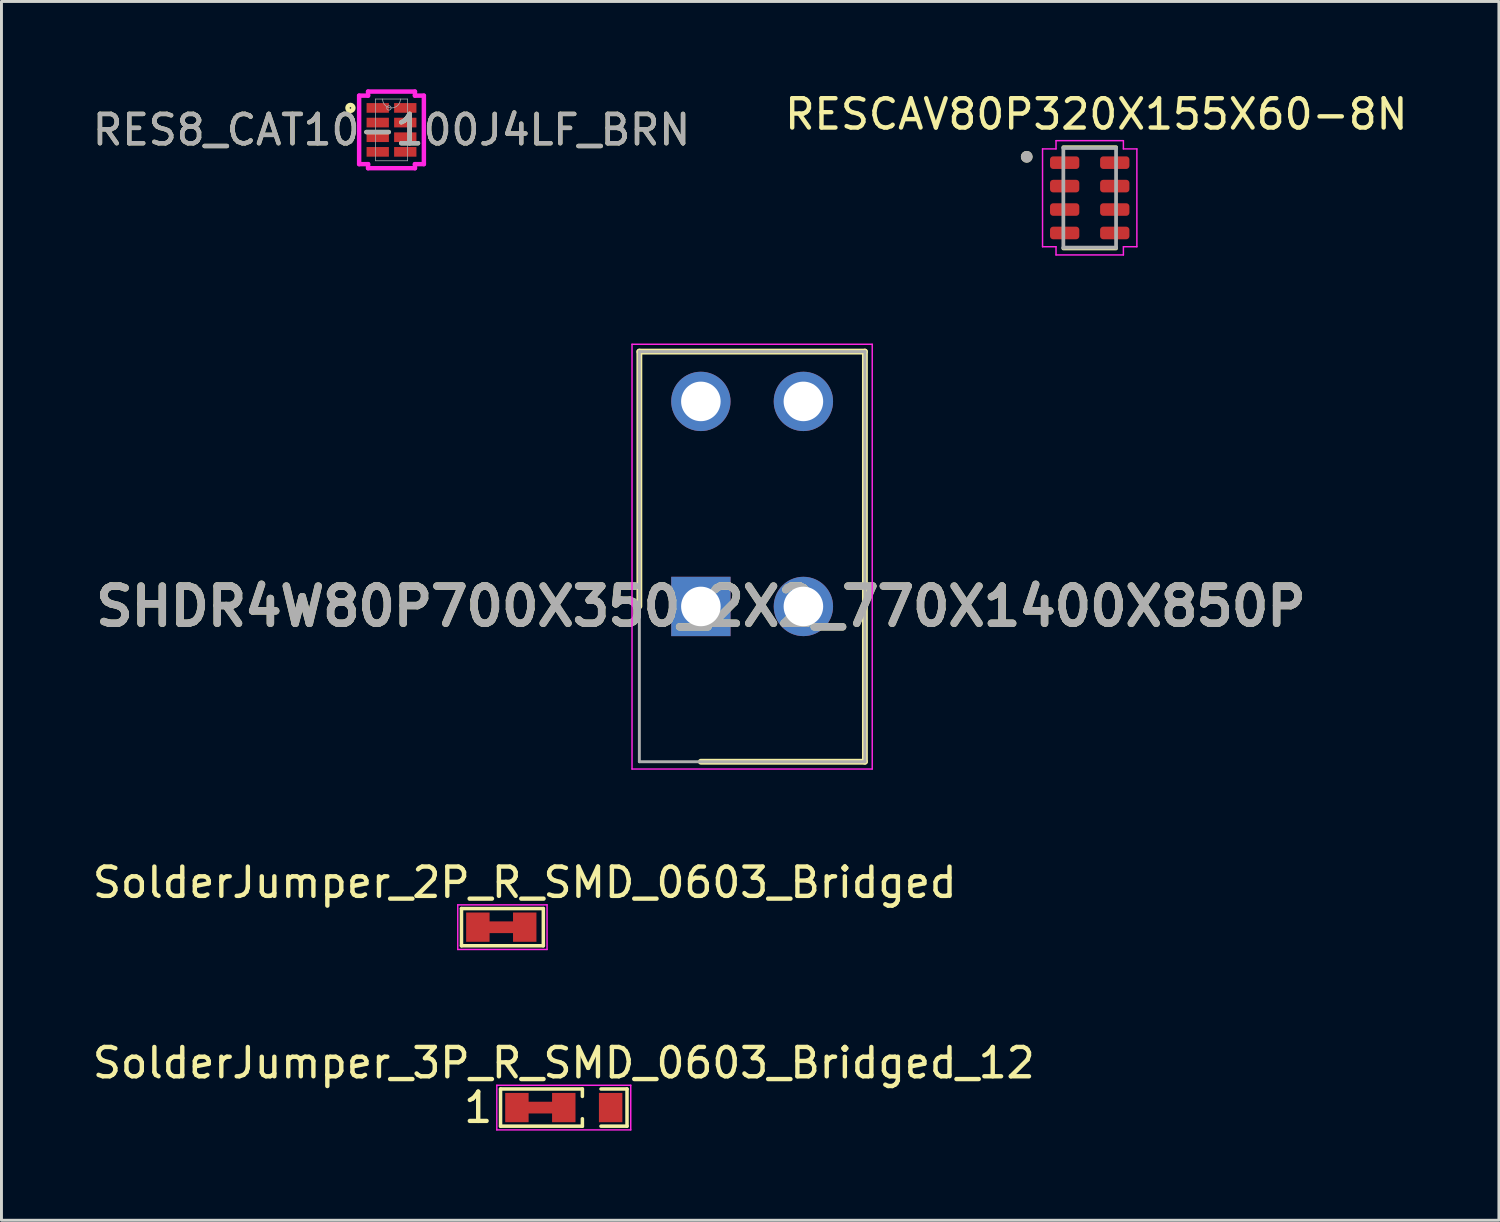
<source format=kicad_pcb>
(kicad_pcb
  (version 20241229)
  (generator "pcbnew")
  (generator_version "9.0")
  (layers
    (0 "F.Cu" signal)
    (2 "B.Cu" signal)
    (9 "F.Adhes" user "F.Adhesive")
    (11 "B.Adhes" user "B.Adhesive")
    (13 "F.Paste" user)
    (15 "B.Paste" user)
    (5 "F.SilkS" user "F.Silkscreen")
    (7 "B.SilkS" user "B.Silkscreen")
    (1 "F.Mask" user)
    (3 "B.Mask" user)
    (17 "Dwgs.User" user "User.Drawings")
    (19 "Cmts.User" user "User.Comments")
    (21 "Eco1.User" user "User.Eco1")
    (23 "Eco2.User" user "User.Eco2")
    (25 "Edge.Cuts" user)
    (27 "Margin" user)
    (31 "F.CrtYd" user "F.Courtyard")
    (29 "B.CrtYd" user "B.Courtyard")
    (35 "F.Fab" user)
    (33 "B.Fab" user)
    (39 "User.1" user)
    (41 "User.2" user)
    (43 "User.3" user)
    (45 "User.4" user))
  (footprint "SolderJumper_2P_R_SMD_0603_Bridged"
    (layer "F.Cu")
    (at 14.863 28.601)
    (property "Reference" "SolderJumper_2P_R_SMD_0603_Bridged" (at 0 -1.524 0) (layer "F.SilkS") (effects (font (size 1 1) (thickness 0.15))))
    (attr exclude_from_pos_files exclude_from_bom allow_soldermask_bridges)
    (fp_poly (pts (xy -1.262 -0.197) (xy -0.356 -0.197) (xy -0.356 0.203) (xy -1.262 0.203)) (stroke (width 0) (type solid)) (fill yes) (layer "F.Cu"))
    (fp_line (start -2.159 -0.635) (end 0.635 -0.635) (stroke (width 0.12) (type solid)) (layer "F.SilkS"))
    (fp_line (start -2.159 0.635) (end -2.159 -0.635) (stroke (width 0.12) (type solid)) (layer "F.SilkS"))
    (fp_line (start 0.635 -0.635) (end 0.635 0.635) (stroke (width 0.12) (type solid)) (layer "F.SilkS"))
    (fp_line (start 0.635 0.635) (end -2.159 0.635) (stroke (width 0.12) (type solid)) (layer "F.SilkS"))
    (fp_line (start -2.286 -0.762) (end -2.286 0.762) (stroke (width 0.05) (type solid)) (layer "F.CrtYd"))
    (fp_line (start -2.286 -0.762) (end 0.762 -0.762) (stroke (width 0.05) (type solid)) (layer "F.CrtYd"))
    (fp_line (start 0.762 0.762) (end -2.286 0.762) (stroke (width 0.05) (type solid)) (layer "F.CrtYd"))
    (fp_line (start 0.762 0.762) (end 0.762 -0.762) (stroke (width 0.05) (type solid)) (layer "F.CrtYd"))
    (pad "1" smd rect (at -1.6 0) (size 0.8 1) (layers "F.Cu" "F.Mask"))
    (pad "2" smd rect (at 0 0) (size 0.8 1) (layers "F.Cu" "F.Mask")))
  (footprint "SolderJumper_3P_R_SMD_0603_Bridged_12"
    (layer "F.Cu")
    (at 16.196 34.76)
    (property "Reference" "SolderJumper_3P_R_SMD_0603_Bridged_12" (at 0 -1.524 0) (layer "F.SilkS") (effects (font (size 1 1) (thickness 0.15))))
    (attr exclude_from_pos_files exclude_from_bom)
    (fp_line (start -1.524 0) (end -0.254 0) (stroke (width 0.4) (type default)) (layer "F.Cu"))
    (fp_line (start -2.159 -0.635) (end 0.635 -0.635) (stroke (width 0.12) (type solid)) (layer "F.SilkS"))
    (fp_line (start -2.159 0.635) (end -2.159 -0.635) (stroke (width 0.12) (type solid)) (layer "F.SilkS"))
    (fp_line (start 0.635 -0.635) (end 0.635 -0.381) (stroke (width 0.12) (type solid)) (layer "F.SilkS"))
    (fp_line (start 0.635 0.381) (end 0.635 0.635) (stroke (width 0.12) (type solid)) (layer "F.SilkS"))
    (fp_line (start 0.635 0.635) (end -2.159 0.635) (stroke (width 0.12) (type solid)) (layer "F.SilkS"))
    (fp_line (start 1.27 -0.635) (end 2.159 -0.635) (stroke (width 0.12) (type solid)) (layer "F.SilkS"))
    (fp_line (start 1.27 0.635) (end 2.159 0.635) (stroke (width 0.12) (type solid)) (layer "F.SilkS"))
    (fp_line (start 2.159 -0.635) (end 2.159 0.635) (stroke (width 0.12) (type solid)) (layer "F.SilkS"))
    (fp_line (start -2.286 -0.762) (end -2.286 0.762) (stroke (width 0.05) (type solid)) (layer "F.CrtYd"))
    (fp_line (start -2.286 -0.762) (end 2.286 -0.762) (stroke (width 0.05) (type solid)) (layer "F.CrtYd"))
    (fp_line (start 2.286 0.762) (end -2.286 0.762) (stroke (width 0.05) (type solid)) (layer "F.CrtYd"))
    (fp_line (start 2.286 0.762) (end 2.286 -0.762) (stroke (width 0.05) (type solid)) (layer "F.CrtYd"))
    (fp_text user "1" (at -2.921 0 0) (layer "F.SilkS") (effects (font (size 1 1) (thickness 0.15))))
    (pad "1" smd rect (at -1.6 0) (size 0.8 1) (layers "F.Cu" "F.Mask"))
    (pad "2" smd rect (at 0 0) (size 0.8 1) (layers "F.Cu" "F.Mask"))
    (pad "3" smd rect (at 1.6 0) (size 0.8 1) (layers "F.Cu" "F.Mask")))
  (footprint "RES8_CAT10-100J4LF_BRN"
    (layer "F.Cu")
    (at 10.315 1.384)
    (property "Reference" "RES8_CAT10-100J4LF_BRN" (at 0 0 0) (unlocked yes) (layer "F.SilkS") (effects (font (size 1 1) (thickness 0.15))))
    (attr smd)
    (fp_circle (center -1.402 -0.75) (end -1.3 -0.75) (stroke (width 0.152) (type solid)) (fill no) (layer "F.SilkS"))
    (fp_line (start -1.105 -1.169) (end -0.8 -1.169) (stroke (width 0.152) (type solid)) (layer "F.CrtYd"))
    (fp_line (start -1.105 1.169) (end -1.105 -1.169) (stroke (width 0.152) (type solid)) (layer "F.CrtYd"))
    (fp_line (start -1.105 1.169) (end -0.8 1.169) (stroke (width 0.152) (type solid)) (layer "F.CrtYd"))
    (fp_line (start -0.8 -1.308) (end 0.8 -1.308) (stroke (width 0.152) (type solid)) (layer "F.CrtYd"))
    (fp_line (start -0.8 -1.169) (end -0.8 -1.308) (stroke (width 0.152) (type solid)) (layer "F.CrtYd"))
    (fp_line (start -0.8 1.308) (end -0.8 1.169) (stroke (width 0.152) (type solid)) (layer "F.CrtYd"))
    (fp_line (start 0.8 -1.308) (end 0.8 -1.169) (stroke (width 0.152) (type solid)) (layer "F.CrtYd"))
    (fp_line (start 0.8 1.169) (end 0.8 1.308) (stroke (width 0.152) (type solid)) (layer "F.CrtYd"))
    (fp_line (start 0.8 1.308) (end -0.8 1.308) (stroke (width 0.152) (type solid)) (layer "F.CrtYd"))
    (fp_line (start 1.105 -1.169) (end 0.8 -1.169) (stroke (width 0.152) (type solid)) (layer "F.CrtYd"))
    (fp_line (start 1.105 -1.169) (end 1.105 1.169) (stroke (width 0.152) (type solid)) (layer "F.CrtYd"))
    (fp_line (start 1.105 1.169) (end 0.8 1.169) (stroke (width 0.152) (type solid)) (layer "F.CrtYd"))
    (fp_line (start -0.546 -1.054) (end -0.546 1.054) (stroke (width 0.025) (type solid)) (layer "F.Fab"))
    (fp_line (start -0.546 1.054) (end 0.546 1.054) (stroke (width 0.025) (type solid)) (layer "F.Fab"))
    (fp_line (start 0.546 -1.054) (end -0.546 -1.054) (stroke (width 0.025) (type solid)) (layer "F.Fab"))
    (fp_line (start 0.546 1.054) (end 0.546 -1.054) (stroke (width 0.025) (type solid)) (layer "F.Fab"))
    (fp_arc (start 0.3048 -1.0541) (mid 0 -0.7493) (end -0.3048 -1.0541) (stroke (width 0.0254) (type solid)) (layer "F.Fab"))
    (fp_circle (center -0.089 -0.75) (end -0.013 -0.75) (stroke (width 0.025) (type solid)) (fill no) (layer "F.Fab"))
    (fp_text user "${REFERENCE}" (at 0 0 0) (unlocked yes) (layer "F.Fab") (effects (font (size 1 1) (thickness 0.15))))
    (pad "1" smd rect (at -0.47 -0.75) (size 0.762 0.33) (layers "F.Cu" "F.Mask" "F.Paste"))
    (pad "2" smd rect (at -0.47 -0.25) (size 0.762 0.33) (layers "F.Cu" "F.Mask" "F.Paste"))
    (pad "3" smd rect (at -0.47 0.25) (size 0.762 0.33) (layers "F.Cu" "F.Mask" "F.Paste"))
    (pad "4" smd rect (at -0.47 0.75) (size 0.762 0.33) (layers "F.Cu" "F.Mask" "F.Paste"))
    (pad "5" smd rect (at 0.47 0.75) (size 0.762 0.33) (layers "F.Cu" "F.Mask" "F.Paste"))
    (pad "6" smd rect (at 0.47 0.25) (size 0.762 0.33) (layers "F.Cu" "F.Mask" "F.Paste"))
    (pad "7" smd rect (at 0.47 -0.25) (size 0.762 0.33) (layers "F.Cu" "F.Mask" "F.Paste"))
    (pad "8" smd rect (at 0.47 -0.75) (size 0.762 0.33) (layers "F.Cu" "F.Mask" "F.Paste")))
  (footprint "SHDR4W80P700X350_2X2_770X1400X850P"
    (layer "F.Cu")
    (at 20.876 17.653)
    (property "Reference" "SHDR4W80P700X350_2X2_770X1400X850P" (at 0 0 0) (layer "F.SilkS") (effects (font (size 1.27 1.27) (thickness 0.254))))
    (attr through_hole)
    (fp_line (start -2.1 -8.7) (end -2.1 0) (stroke (width 0.2) (type solid)) (layer "F.SilkS"))
    (fp_line (start 0 5.3) (end 5.6 5.3) (stroke (width 0.2) (type solid)) (layer "F.SilkS"))
    (fp_line (start 5.6 -8.7) (end -2.1 -8.7) (stroke (width 0.2) (type solid)) (layer "F.SilkS"))
    (fp_line (start 5.6 5.3) (end 5.6 -8.7) (stroke (width 0.2) (type solid)) (layer "F.SilkS"))
    (fp_line (start -2.35 -8.95) (end 5.85 -8.95) (stroke (width 0.05) (type solid)) (layer "F.CrtYd"))
    (fp_line (start -2.35 5.55) (end -2.35 -8.95) (stroke (width 0.05) (type solid)) (layer "F.CrtYd"))
    (fp_line (start 5.85 -8.95) (end 5.85 5.55) (stroke (width 0.05) (type solid)) (layer "F.CrtYd"))
    (fp_line (start 5.85 5.55) (end -2.35 5.55) (stroke (width 0.05) (type solid)) (layer "F.CrtYd"))
    (fp_line (start -2.1 -8.7) (end 5.6 -8.7) (stroke (width 0.1) (type solid)) (layer "F.Fab"))
    (fp_line (start -2.1 5.3) (end -2.1 -8.7) (stroke (width 0.1) (type solid)) (layer "F.Fab"))
    (fp_line (start 5.6 -8.7) (end 5.6 5.3) (stroke (width 0.1) (type solid)) (layer "F.Fab"))
    (fp_line (start 5.6 5.3) (end -2.1 5.3) (stroke (width 0.1) (type solid)) (layer "F.Fab"))
    (fp_text user "${REFERENCE}" (at 0 0 0) (layer "F.Fab") (effects (font (size 1.27 1.27) (thickness 0.254))))
    (pad "1" thru_hole rect (at 0 0) (size 2.025 2.025) (drill 1.35) (layers "*.Cu" "*.Mask"))
    (pad "2" thru_hole circle (at 0 -7) (size 2.025 2.025) (drill 1.35) (layers "*.Cu" "*.Mask"))
    (pad "3" thru_hole circle (at 3.5 0) (size 2.025 2.025) (drill 1.35) (layers "*.Cu" "*.Mask"))
    (pad "4" thru_hole circle (at 3.5 -7) (size 2.025 2.025) (drill 1.35) (layers "*.Cu" "*.Mask")))
  (footprint "RESCAV80P320X155X60-8N"
    (layer "F.Cu")
    (at 34.15 3.703)
    (property "Reference" "RESCAV80P320X155X60-8N" (at 0.225 -2.855 0) (layer "F.SilkS") (effects (font (size 1 1) (thickness 0.15))))
    (attr smd)
    (fp_line (start -0.9 -1.729) (end 0.9 -1.729) (stroke (width 0.127) (type solid)) (layer "F.SilkS"))
    (fp_line (start 0.9 1.729) (end -0.9 1.729) (stroke (width 0.127) (type solid)) (layer "F.SilkS"))
    (fp_circle (center -2.15 -1.4) (end -2.05 -1.4) (stroke (width 0.2) (type solid)) (fill no) (layer "F.SilkS"))
    (fp_line (start -1.61 -1.67) (end -1.15 -1.67) (stroke (width 0.05) (type solid)) (layer "F.CrtYd"))
    (fp_line (start -1.61 1.67) (end -1.61 -1.67) (stroke (width 0.05) (type solid)) (layer "F.CrtYd"))
    (fp_line (start -1.15 -1.95) (end 1.15 -1.95) (stroke (width 0.05) (type solid)) (layer "F.CrtYd"))
    (fp_line (start -1.15 -1.67) (end -1.15 -1.95) (stroke (width 0.05) (type solid)) (layer "F.CrtYd"))
    (fp_line (start -1.15 1.67) (end -1.61 1.67) (stroke (width 0.05) (type solid)) (layer "F.CrtYd"))
    (fp_line (start -1.15 1.95) (end -1.15 1.67) (stroke (width 0.05) (type solid)) (layer "F.CrtYd"))
    (fp_line (start 1.15 -1.95) (end 1.15 -1.67) (stroke (width 0.05) (type solid)) (layer "F.CrtYd"))
    (fp_line (start 1.15 -1.67) (end 1.61 -1.67) (stroke (width 0.05) (type solid)) (layer "F.CrtYd"))
    (fp_line (start 1.15 1.67) (end 1.15 1.95) (stroke (width 0.05) (type solid)) (layer "F.CrtYd"))
    (fp_line (start 1.15 1.95) (end -1.15 1.95) (stroke (width 0.05) (type solid)) (layer "F.CrtYd"))
    (fp_line (start 1.61 -1.67) (end 1.61 1.67) (stroke (width 0.05) (type solid)) (layer "F.CrtYd"))
    (fp_line (start 1.61 1.67) (end 1.15 1.67) (stroke (width 0.05) (type solid)) (layer "F.CrtYd"))
    (fp_line (start -0.9 -1.7) (end 0.9 -1.7) (stroke (width 0.127) (type solid)) (layer "F.Fab"))
    (fp_line (start -0.9 1.7) (end -0.9 -1.7) (stroke (width 0.127) (type solid)) (layer "F.Fab"))
    (fp_line (start 0.9 -1.7) (end 0.9 1.7) (stroke (width 0.127) (type solid)) (layer "F.Fab"))
    (fp_line (start 0.9 1.7) (end -0.9 1.7) (stroke (width 0.127) (type solid)) (layer "F.Fab"))
    (fp_circle (center -2.15 -1.4) (end -2.05 -1.4) (stroke (width 0.2) (type solid)) (fill no) (layer "F.Fab"))
    (pad "1" smd roundrect (at -0.855 -1.2) (size 1 0.43) (layers "F.Cu" "F.Mask" "F.Paste") (roundrect_rratio 0.25))
    (pad "2" smd roundrect (at -0.855 -0.4) (size 1 0.43) (layers "F.Cu" "F.Mask" "F.Paste") (roundrect_rratio 0.25))
    (pad "3" smd roundrect (at -0.855 0.4) (size 1 0.43) (layers "F.Cu" "F.Mask" "F.Paste") (roundrect_rratio 0.25))
    (pad "4" smd roundrect (at -0.855 1.2) (size 1 0.43) (layers "F.Cu" "F.Mask" "F.Paste") (roundrect_rratio 0.25))
    (pad "5" smd roundrect (at 0.855 1.2) (size 1 0.43) (layers "F.Cu" "F.Mask" "F.Paste") (roundrect_rratio 0.25))
    (pad "6" smd roundrect (at 0.855 0.4) (size 1 0.43) (layers "F.Cu" "F.Mask" "F.Paste") (roundrect_rratio 0.25))
    (pad "7" smd roundrect (at 0.855 -0.4) (size 1 0.43) (layers "F.Cu" "F.Mask" "F.Paste") (roundrect_rratio 0.25))
    (pad "8" smd roundrect (at 0.855 -1.2) (size 1 0.43) (layers "F.Cu" "F.Mask" "F.Paste") (roundrect_rratio 0.25)))
  (gr_rect
    (start -3 -3)
    (end 48.119 38.608)
    (stroke (width 0.1) (type default))
    (fill no)
    (layer "Edge.Cuts")))
</source>
